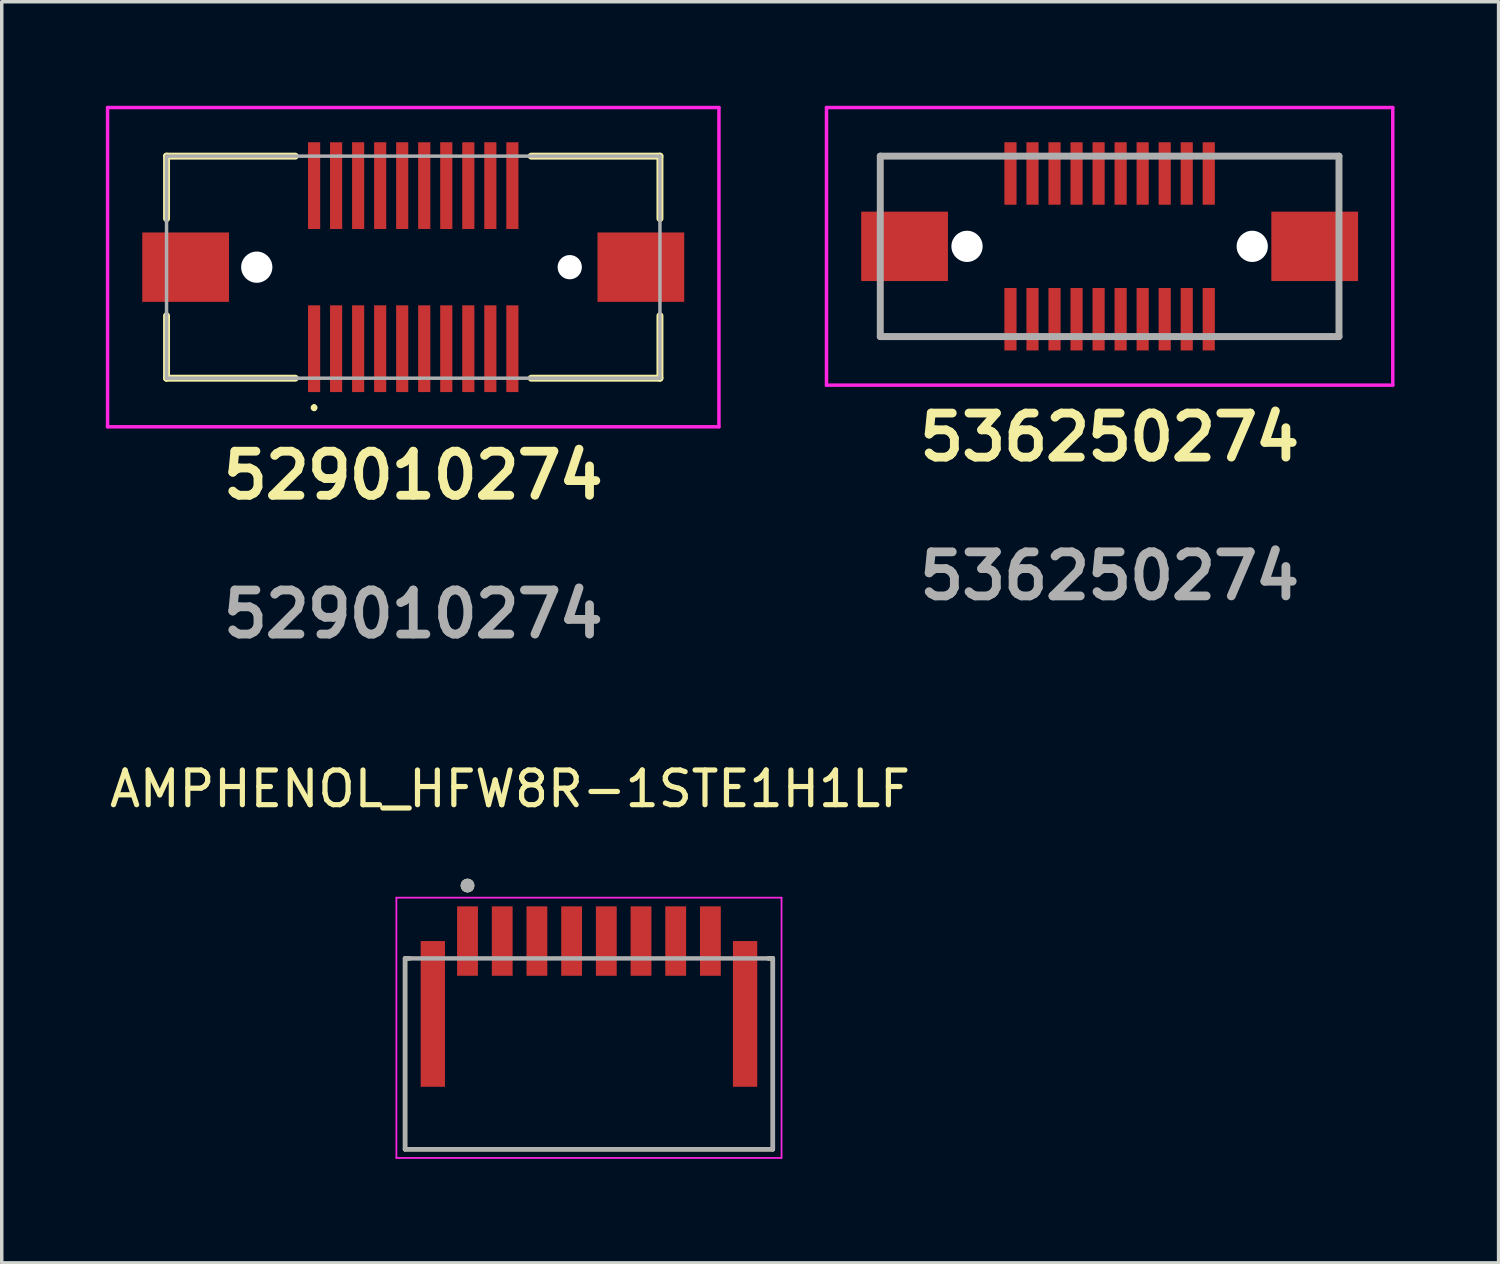
<source format=kicad_pcb>
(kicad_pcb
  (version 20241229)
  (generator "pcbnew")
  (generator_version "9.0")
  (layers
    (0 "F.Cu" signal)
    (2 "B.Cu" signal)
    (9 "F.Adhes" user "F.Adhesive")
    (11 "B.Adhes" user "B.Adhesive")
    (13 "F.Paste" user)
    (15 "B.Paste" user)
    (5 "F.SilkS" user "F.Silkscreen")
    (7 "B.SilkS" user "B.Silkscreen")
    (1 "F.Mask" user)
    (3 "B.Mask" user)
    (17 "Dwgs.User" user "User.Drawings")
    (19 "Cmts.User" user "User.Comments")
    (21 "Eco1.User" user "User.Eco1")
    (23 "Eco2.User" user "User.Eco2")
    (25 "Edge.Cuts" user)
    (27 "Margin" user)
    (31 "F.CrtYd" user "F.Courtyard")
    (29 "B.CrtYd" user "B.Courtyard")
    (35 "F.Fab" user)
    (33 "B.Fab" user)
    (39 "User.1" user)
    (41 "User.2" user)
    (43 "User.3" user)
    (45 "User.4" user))
  (footprint "AMPHENOL_HFW8R-1STE1H1LF"
    (layer "F.Cu")
    (at 13.924 27.322)
    (property "Reference" "AMPHENOL_HFW8R-1STE1H1LF" (at -2.275 -7.635 0) (layer "F.SilkS") (effects (font (size 1 1) (thickness 0.15))))
    (attr smd)
    (fp_line (start -5.3 -2.75) (end -5.17 -2.75) (stroke (width 0.127) (type solid)) (layer "F.SilkS"))
    (fp_line (start -5.3 2.75) (end -5.3 -2.75) (stroke (width 0.127) (type solid)) (layer "F.SilkS"))
    (fp_line (start 5.17 -2.75) (end 5.3 -2.75) (stroke (width 0.127) (type solid)) (layer "F.SilkS"))
    (fp_line (start 5.3 -2.75) (end 5.3 2.75) (stroke (width 0.127) (type solid)) (layer "F.SilkS"))
    (fp_line (start 5.3 2.75) (end -5.3 2.75) (stroke (width 0.127) (type solid)) (layer "F.SilkS"))
    (fp_circle (center -3.5 -4.85) (end -3.4 -4.85) (stroke (width 0.2) (type solid)) (fill no) (layer "F.SilkS"))
    (fp_line (start -5.55 -4.5) (end -5.55 3) (stroke (width 0.05) (type solid)) (layer "F.CrtYd"))
    (fp_line (start -5.55 3) (end 5.55 3) (stroke (width 0.05) (type solid)) (layer "F.CrtYd"))
    (fp_line (start 5.55 -4.5) (end -5.55 -4.5) (stroke (width 0.05) (type solid)) (layer "F.CrtYd"))
    (fp_line (start 5.55 3) (end 5.55 -4.5) (stroke (width 0.05) (type solid)) (layer "F.CrtYd"))
    (fp_line (start -5.3 -2.75) (end 5.3 -2.75) (stroke (width 0.127) (type solid)) (layer "F.Fab"))
    (fp_line (start -5.3 2.75) (end -5.3 -2.75) (stroke (width 0.127) (type solid)) (layer "F.Fab"))
    (fp_line (start 5.3 -2.75) (end 5.3 2.75) (stroke (width 0.127) (type solid)) (layer "F.Fab"))
    (fp_line (start 5.3 2.75) (end -5.3 2.75) (stroke (width 0.127) (type solid)) (layer "F.Fab"))
    (fp_circle (center -3.5 -4.85) (end -3.4 -4.85) (stroke (width 0.2) (type solid)) (fill no) (layer "F.Fab"))
    (pad "1" smd rect (at -3.5 -3.25) (size 0.6 2) (layers "F.Cu" "F.Mask" "F.Paste"))
    (pad "2" smd rect (at -2.5 -3.25) (size 0.6 2) (layers "F.Cu" "F.Mask" "F.Paste"))
    (pad "3" smd rect (at -1.5 -3.25) (size 0.6 2) (layers "F.Cu" "F.Mask" "F.Paste"))
    (pad "4" smd rect (at -0.5 -3.25) (size 0.6 2) (layers "F.Cu" "F.Mask" "F.Paste"))
    (pad "5" smd rect (at 0.5 -3.25) (size 0.6 2) (layers "F.Cu" "F.Mask" "F.Paste"))
    (pad "6" smd rect (at 1.5 -3.25) (size 0.6 2) (layers "F.Cu" "F.Mask" "F.Paste"))
    (pad "7" smd rect (at 2.5 -3.25) (size 0.6 2) (layers "F.Cu" "F.Mask" "F.Paste"))
    (pad "8" smd rect (at 3.5 -3.25) (size 0.6 2) (layers "F.Cu" "F.Mask" "F.Paste"))
    (pad "S1" smd rect (at -4.5 -1.15) (size 0.7 4.2) (layers "F.Cu" "F.Mask" "F.Paste"))
    (pad "S2" smd rect (at 4.5 -1.15) (size 0.7 4.2) (layers "F.Cu" "F.Mask" "F.Paste")))
  (footprint "529010274"
    (layer "F.Cu")
    (at 8.86 4.65)
    (property "Reference" "529010274" (at 0 6 0) (layer "F.SilkS") (effects (font (size 1.27 1.27) (thickness 0.254))))
    (attr through_hole)
    (fp_line (start -7.11 -3.2) (end -7.11 -1.4) (stroke (width 0.2) (type solid)) (layer "F.SilkS"))
    (fp_line (start -7.11 1.4) (end -7.11 3.2) (stroke (width 0.2) (type solid)) (layer "F.SilkS"))
    (fp_line (start -7.11 3.2) (end -3.4 3.2) (stroke (width 0.2) (type solid)) (layer "F.SilkS"))
    (fp_line (start -3.4 -3.2) (end -7.11 -3.2) (stroke (width 0.2) (type solid)) (layer "F.SilkS"))
    (fp_line (start -2.857 4) (end -2.857 4) (stroke (width 0.1) (type solid)) (layer "F.SilkS"))
    (fp_line (start -2.857 4.1) (end -2.857 4.1) (stroke (width 0.1) (type solid)) (layer "F.SilkS"))
    (fp_line (start 3.4 3.2) (end 7.11 3.2) (stroke (width 0.2) (type solid)) (layer "F.SilkS"))
    (fp_line (start 7.11 -3.2) (end 3.4 -3.2) (stroke (width 0.2) (type solid)) (layer "F.SilkS"))
    (fp_line (start 7.11 -1.4) (end 7.11 -3.2) (stroke (width 0.2) (type solid)) (layer "F.SilkS"))
    (fp_line (start 7.11 3.2) (end 7.11 1.4) (stroke (width 0.2) (type solid)) (layer "F.SilkS"))
    (fp_arc (start -2.858 4) (mid -2.8075 4.0495) (end -2.857 4.1) (stroke (width 0.1) (type solid)) (layer "F.SilkS"))
    (fp_arc (start -2.858 4.1) (mid -2.9075 4.0495) (end -2.857 4) (stroke (width 0.1) (type solid)) (layer "F.SilkS"))
    (fp_line (start -8.81 -4.6) (end 8.81 -4.6) (stroke (width 0.1) (type solid)) (layer "F.CrtYd"))
    (fp_line (start -8.81 4.6) (end -8.81 -4.6) (stroke (width 0.1) (type solid)) (layer "F.CrtYd"))
    (fp_line (start 8.81 -4.6) (end 8.81 4.6) (stroke (width 0.1) (type solid)) (layer "F.CrtYd"))
    (fp_line (start 8.81 4.6) (end -8.81 4.6) (stroke (width 0.1) (type solid)) (layer "F.CrtYd"))
    (fp_line (start -7.11 -3.2) (end -7.11 3.2) (stroke (width 0.1) (type solid)) (layer "F.Fab"))
    (fp_line (start -7.11 3.2) (end 7.11 3.2) (stroke (width 0.1) (type solid)) (layer "F.Fab"))
    (fp_line (start 7.11 -3.2) (end -7.11 -3.2) (stroke (width 0.1) (type solid)) (layer "F.Fab"))
    (fp_line (start 7.11 3.2) (end 7.11 -3.2) (stroke (width 0.1) (type solid)) (layer "F.Fab"))
    (fp_text user "${REFERENCE}" (at 0 10 0) (layer "F.Fab") (effects (font (size 1.27 1.27) (thickness 0.254))))
    (pad "" np_thru_hole circle (at -4.51 0) (size 0.9 0.9) (drill 0.9) (layers "*.Cu" "*.Mask"))
    (pad "" np_thru_hole circle (at 4.51 0) (size 0.7 0.7) (drill 0.7) (layers "*.Cu" "*.Mask"))
    (pad "1" smd rect (at -2.857 2.35) (size 0.35 2.5) (layers "F.Cu" "F.Mask" "F.Paste"))
    (pad "2" smd rect (at -2.857 -2.35) (size 0.35 2.5) (layers "F.Cu" "F.Mask" "F.Paste"))
    (pad "3" smd rect (at -2.223 2.35) (size 0.35 2.5) (layers "F.Cu" "F.Mask" "F.Paste"))
    (pad "4" smd rect (at -2.223 -2.35) (size 0.35 2.5) (layers "F.Cu" "F.Mask" "F.Paste"))
    (pad "5" smd rect (at -1.588 2.35) (size 0.35 2.5) (layers "F.Cu" "F.Mask" "F.Paste"))
    (pad "6" smd rect (at -1.588 -2.35) (size 0.35 2.5) (layers "F.Cu" "F.Mask" "F.Paste"))
    (pad "7" smd rect (at -0.953 2.35) (size 0.35 2.5) (layers "F.Cu" "F.Mask" "F.Paste"))
    (pad "8" smd rect (at -0.953 -2.35) (size 0.35 2.5) (layers "F.Cu" "F.Mask" "F.Paste"))
    (pad "9" smd rect (at -0.318 2.35) (size 0.35 2.5) (layers "F.Cu" "F.Mask" "F.Paste"))
    (pad "10" smd rect (at -0.318 -2.35) (size 0.35 2.5) (layers "F.Cu" "F.Mask" "F.Paste"))
    (pad "11" smd rect (at 0.317 2.35) (size 0.35 2.5) (layers "F.Cu" "F.Mask" "F.Paste"))
    (pad "12" smd rect (at 0.317 -2.35) (size 0.35 2.5) (layers "F.Cu" "F.Mask" "F.Paste"))
    (pad "13" smd rect (at 0.952 2.35) (size 0.35 2.5) (layers "F.Cu" "F.Mask" "F.Paste"))
    (pad "14" smd rect (at 0.952 -2.35) (size 0.35 2.5) (layers "F.Cu" "F.Mask" "F.Paste"))
    (pad "15" smd rect (at 1.587 2.35) (size 0.35 2.5) (layers "F.Cu" "F.Mask" "F.Paste"))
    (pad "16" smd rect (at 1.587 -2.35) (size 0.35 2.5) (layers "F.Cu" "F.Mask" "F.Paste"))
    (pad "17" smd rect (at 2.222 2.35) (size 0.35 2.5) (layers "F.Cu" "F.Mask" "F.Paste"))
    (pad "18" smd rect (at 2.222 -2.35) (size 0.35 2.5) (layers "F.Cu" "F.Mask" "F.Paste"))
    (pad "19" smd rect (at 2.857 2.35) (size 0.35 2.5) (layers "F.Cu" "F.Mask" "F.Paste"))
    (pad "20" smd rect (at 2.857 -2.35) (size 0.35 2.5) (layers "F.Cu" "F.Mask" "F.Paste"))
    (pad "MP1" smd rect (at -6.56 0 90) (size 2 2.5) (layers "F.Cu" "F.Mask" "F.Paste"))
    (pad "MP2" smd rect (at 6.56 0 90) (size 2 2.5) (layers "F.Cu" "F.Mask" "F.Paste")))
  (footprint "536250274"
    (layer "F.Cu")
    (at 28.93 4.05)
    (property "Reference" "536250274" (at 0 5.5 0) (layer "F.SilkS") (effects (font (size 1.27 1.27) (thickness 0.254))))
    (attr through_hole)
    (fp_line (start -6.61 -2.6) (end -4 -2.6) (stroke (width 0.1) (type solid)) (layer "F.SilkS"))
    (fp_line (start -6.61 -2) (end -6.61 -2.6) (stroke (width 0.1) (type solid)) (layer "F.SilkS"))
    (fp_line (start -6.61 2.6) (end -6.61 2) (stroke (width 0.1) (type solid)) (layer "F.SilkS"))
    (fp_line (start -6.5 2.6) (end -6.61 2.6) (stroke (width 0.1) (type solid)) (layer "F.SilkS"))
    (fp_line (start -4 2.6) (end -6.5 2.6) (stroke (width 0.1) (type solid)) (layer "F.SilkS"))
    (fp_line (start 4 -2.6) (end 6.61 -2.6) (stroke (width 0.1) (type solid)) (layer "F.SilkS"))
    (fp_line (start 4 2.6) (end 6.61 2.6) (stroke (width 0.1) (type solid)) (layer "F.SilkS"))
    (fp_line (start 6.61 -2.6) (end 6.61 -2) (stroke (width 0.1) (type solid)) (layer "F.SilkS"))
    (fp_line (start 6.61 2.6) (end 6.61 2) (stroke (width 0.1) (type solid)) (layer "F.SilkS"))
    (fp_line (start -8.16 -4) (end 8.16 -4) (stroke (width 0.1) (type solid)) (layer "F.CrtYd"))
    (fp_line (start -8.16 4) (end -8.16 -4) (stroke (width 0.1) (type solid)) (layer "F.CrtYd"))
    (fp_line (start 8.16 -4) (end 8.16 4) (stroke (width 0.1) (type solid)) (layer "F.CrtYd"))
    (fp_line (start 8.16 4) (end -8.16 4) (stroke (width 0.1) (type solid)) (layer "F.CrtYd"))
    (fp_line (start -6.61 -2.6) (end 6.61 -2.6) (stroke (width 0.2) (type solid)) (layer "F.Fab"))
    (fp_line (start -6.61 2.6) (end -6.61 -2.6) (stroke (width 0.2) (type solid)) (layer "F.Fab"))
    (fp_line (start 6.61 -2.6) (end 6.61 2.6) (stroke (width 0.2) (type solid)) (layer "F.Fab"))
    (fp_line (start 6.61 2.6) (end -6.61 2.6) (stroke (width 0.2) (type solid)) (layer "F.Fab"))
    (fp_text user "${REFERENCE}" (at 0 9.5 0) (layer "F.Fab") (effects (font (size 1.27 1.27) (thickness 0.254))))
    (pad "" np_thru_hole circle (at -4.11 0) (size 0.9 0.9) (drill 0.9) (layers "*.Cu" "*.Mask"))
    (pad "" np_thru_hole circle (at 4.11 0) (size 0.9 0.9) (drill 0.9) (layers "*.Cu" "*.Mask"))
    (pad "1" smd rect (at -2.858 2.1) (size 0.35 1.8) (layers "F.Cu" "F.Mask" "F.Paste"))
    (pad "2" smd rect (at -2.858 -2.1) (size 0.35 1.8) (layers "F.Cu" "F.Mask" "F.Paste"))
    (pad "3" smd rect (at -2.223 2.1) (size 0.35 1.8) (layers "F.Cu" "F.Mask" "F.Paste"))
    (pad "4" smd rect (at -2.223 -2.1) (size 0.35 1.8) (layers "F.Cu" "F.Mask" "F.Paste"))
    (pad "5" smd rect (at -1.588 2.1) (size 0.35 1.8) (layers "F.Cu" "F.Mask" "F.Paste"))
    (pad "6" smd rect (at -1.588 -2.1) (size 0.35 1.8) (layers "F.Cu" "F.Mask" "F.Paste"))
    (pad "7" smd rect (at -0.953 2.1) (size 0.35 1.8) (layers "F.Cu" "F.Mask" "F.Paste"))
    (pad "8" smd rect (at -0.953 -2.1) (size 0.35 1.8) (layers "F.Cu" "F.Mask" "F.Paste"))
    (pad "9" smd rect (at -0.318 2.1) (size 0.35 1.8) (layers "F.Cu" "F.Mask" "F.Paste"))
    (pad "10" smd rect (at -0.318 -2.1) (size 0.35 1.8) (layers "F.Cu" "F.Mask" "F.Paste"))
    (pad "11" smd rect (at 0.317 2.1) (size 0.35 1.8) (layers "F.Cu" "F.Mask" "F.Paste"))
    (pad "12" smd rect (at 0.317 -2.1) (size 0.35 1.8) (layers "F.Cu" "F.Mask" "F.Paste"))
    (pad "13" smd rect (at 0.952 2.1) (size 0.35 1.8) (layers "F.Cu" "F.Mask" "F.Paste"))
    (pad "14" smd rect (at 0.952 -2.1) (size 0.35 1.8) (layers "F.Cu" "F.Mask" "F.Paste"))
    (pad "15" smd rect (at 1.587 2.1) (size 0.35 1.8) (layers "F.Cu" "F.Mask" "F.Paste"))
    (pad "16" smd rect (at 1.587 -2.1) (size 0.35 1.8) (layers "F.Cu" "F.Mask" "F.Paste"))
    (pad "17" smd rect (at 2.222 2.1) (size 0.35 1.8) (layers "F.Cu" "F.Mask" "F.Paste"))
    (pad "18" smd rect (at 2.222 -2.1) (size 0.35 1.8) (layers "F.Cu" "F.Mask" "F.Paste"))
    (pad "19" smd rect (at 2.857 2.1) (size 0.35 1.8) (layers "F.Cu" "F.Mask" "F.Paste"))
    (pad "20" smd rect (at 2.857 -2.1) (size 0.35 1.8) (layers "F.Cu" "F.Mask" "F.Paste"))
    (pad "MP1" smd rect (at -5.91 0 90) (size 2 2.5) (layers "F.Cu" "F.Mask" "F.Paste"))
    (pad "MP2" smd rect (at 5.91 0 90) (size 2 2.5) (layers "F.Cu" "F.Mask" "F.Paste")))
  (gr_rect
    (start -3 -3)
    (end 40.14 33.347)
    (stroke (width 0.1) (type default))
    (fill no)
    (layer "Edge.Cuts")))
</source>
